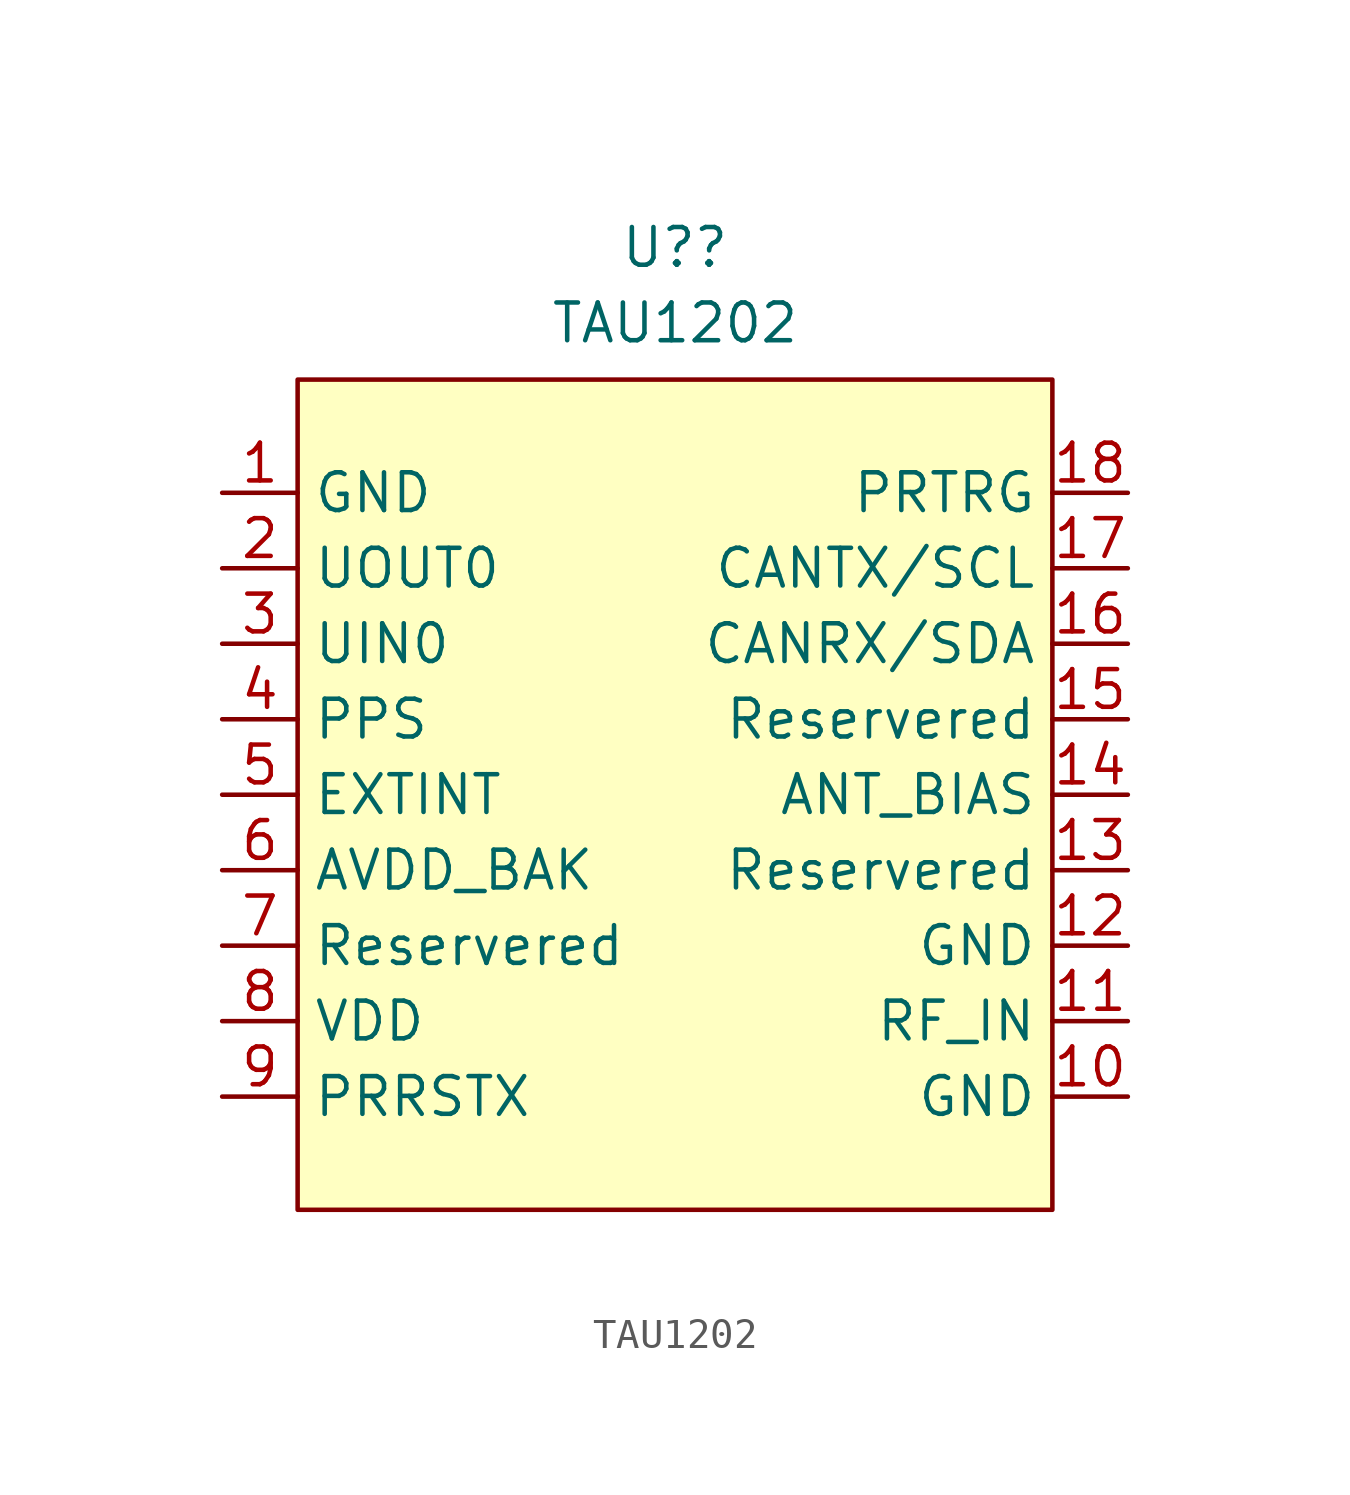
<source format=kicad_sym>
(kicad_symbol_lib
  (version 20211014)
  (generator kicad_symbol_editor)
  (symbol "TAU1202"
    (property "Reference" "U?"
      (at 0 17.145 0)
      (effects (font (size 1.27 1.27))))
    (property "Value" "TAU1202"
      (at 0 14.605 0)
      (effects (font (size 1.27 1.27))))
    (symbol "TAU1202_0_1"
      (rectangle (start -12.7 12.7) (end 12.7 -15.24) (stroke (width 0) (type default) (color 0 0 0 0)) (fill (type background))))
    (symbol "TAU1202_1_1"
      (pin input line (at -15.24 8.89 0) (length 2.54) (name "GND" (effects (font (size 1.27 1.27)))) (number "1" (effects (font (size 1.27 1.27)))))
      (pin input line (at 15.24 -11.43 180) (length 2.54) (name "GND" (effects (font (size 1.27 1.27)))) (number "10" (effects (font (size 1.27 1.27)))))
      (pin input line (at 15.24 -8.89 180) (length 2.54) (name "RF_IN" (effects (font (size 1.27 1.27)))) (number "11" (effects (font (size 1.27 1.27)))))
      (pin input line (at 15.24 -6.35 180) (length 2.54) (name "GND" (effects (font (size 1.27 1.27)))) (number "12" (effects (font (size 1.27 1.27)))))
      (pin input line (at 15.24 -3.81 180) (length 2.54) (name "Reservered" (effects (font (size 1.27 1.27)))) (number "13" (effects (font (size 1.27 1.27)))))
      (pin input line (at 15.24 -1.27 180) (length 2.54) (name "ANT_BIAS" (effects (font (size 1.27 1.27)))) (number "14" (effects (font (size 1.27 1.27)))))
      (pin input line (at 15.24 1.27 180) (length 2.54) (name "Reservered" (effects (font (size 1.27 1.27)))) (number "15" (effects (font (size 1.27 1.27)))))
      (pin input line (at 15.24 3.81 180) (length 2.54) (name "CANRX/SDA" (effects (font (size 1.27 1.27)))) (number "16" (effects (font (size 1.27 1.27)))))
      (pin input line (at 15.24 6.35 180) (length 2.54) (name "CANTX/SCL" (effects (font (size 1.27 1.27)))) (number "17" (effects (font (size 1.27 1.27)))))
      (pin input line (at 15.24 8.89 180) (length 2.54) (name "PRTRG" (effects (font (size 1.27 1.27)))) (number "18" (effects (font (size 1.27 1.27)))))
      (pin input line (at -15.24 6.35 0) (length 2.54) (name "UOUT0" (effects (font (size 1.27 1.27)))) (number "2" (effects (font (size 1.27 1.27)))))
      (pin input line (at -15.24 3.81 0) (length 2.54) (name "UIN0" (effects (font (size 1.27 1.27)))) (number "3" (effects (font (size 1.27 1.27)))))
      (pin input line (at -15.24 1.27 0) (length 2.54) (name "PPS" (effects (font (size 1.27 1.27)))) (number "4" (effects (font (size 1.27 1.27)))))
      (pin input line (at -15.24 -1.27 0) (length 2.54) (name "EXTINT" (effects (font (size 1.27 1.27)))) (number "5" (effects (font (size 1.27 1.27)))))
      (pin input line (at -15.24 -3.81 0) (length 2.54) (name "AVDD_BAK" (effects (font (size 1.27 1.27)))) (number "6" (effects (font (size 1.27 1.27)))))
      (pin input line (at -15.24 -6.35 0) (length 2.54) (name "Reservered" (effects (font (size 1.27 1.27)))) (number "7" (effects (font (size 1.27 1.27)))))
      (pin input line (at -15.24 -8.89 0) (length 2.54) (name "VDD" (effects (font (size 1.27 1.27)))) (number "8" (effects (font (size 1.27 1.27)))))
      (pin input line (at -15.24 -11.43 0) (length 2.54) (name "PRRSTX" (effects (font (size 1.27 1.27)))) (number "9" (effects (font (size 1.27 1.27))))))))
</source>
